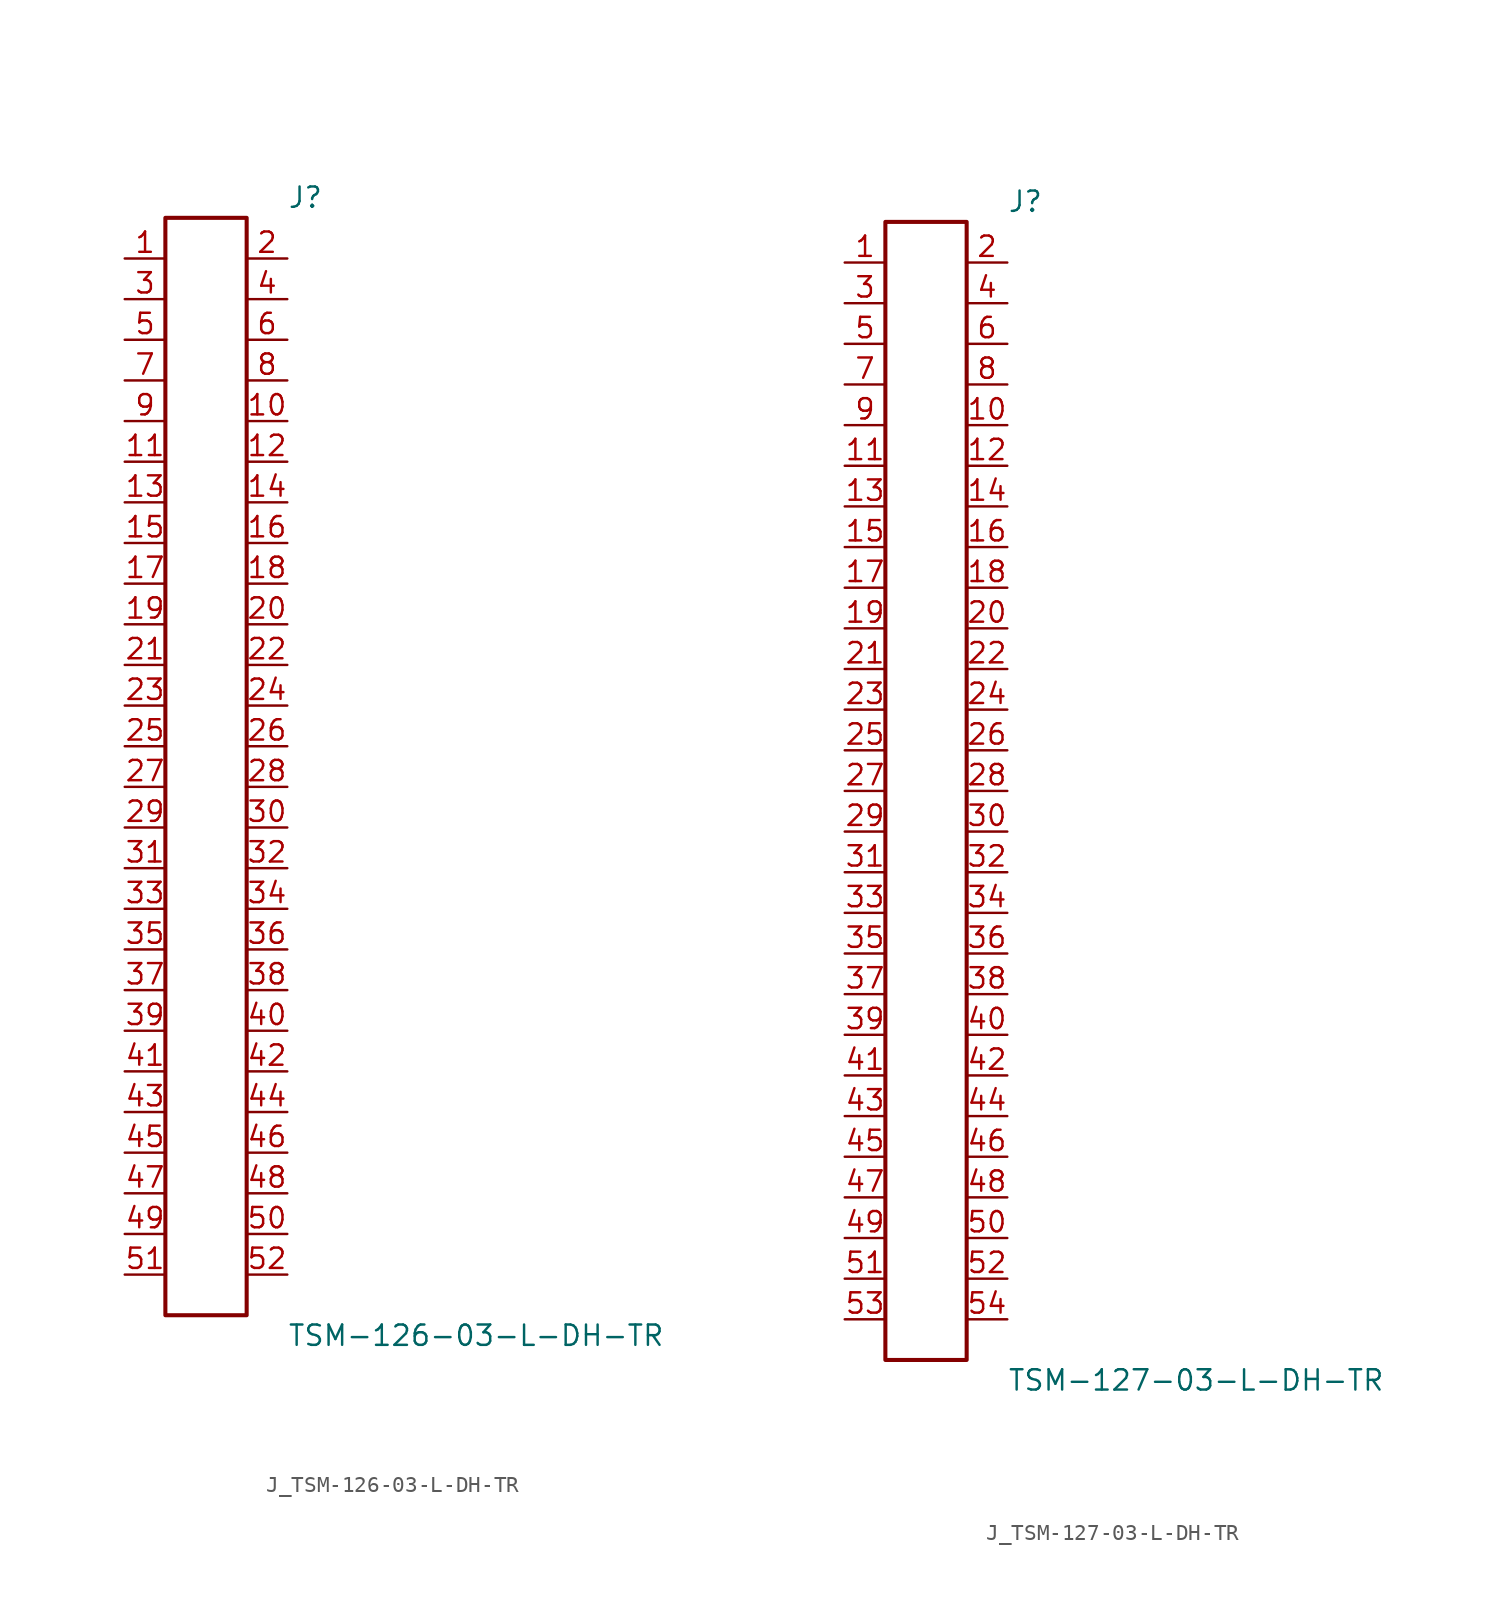
<source format=kicad_sym>
(kicad_symbol_lib
  (version 20231120)
  (generator kicad_symbol_editor)
  (generator_version 8.0)
  (symbol "J_TSM-126-03-L-DH-TR"
    (pin_names
      (offset 0.254))
    (property "Reference" "J"
      (at 5.08 35.56 0)
      (effects (font (size 1.27 1.27)) (justify left)))
    (property "Value" "TSM-126-03-L-DH-TR"
      (at 5.08 -35.56 0)
      (effects (font (size 1.27 1.27)) (justify left)))
    (symbol "J_TSM-126-03-L-DH-TR_0_0"
      (pin passive line (at -5.08 31.75 0) (length 2.54) (name "" (effects (font (size 1.27 1.27)))) (number "1" (effects (font (size 1.27 1.27)))))
      (pin passive line (at 5.08 31.75 180) (length 2.54) (name "" (effects (font (size 1.27 1.27)))) (number "2" (effects (font (size 1.27 1.27)))))
      (pin passive line (at -5.08 29.21 0) (length 2.54) (name "" (effects (font (size 1.27 1.27)))) (number "3" (effects (font (size 1.27 1.27)))))
      (pin passive line (at 5.08 29.21 180) (length 2.54) (name "" (effects (font (size 1.27 1.27)))) (number "4" (effects (font (size 1.27 1.27)))))
      (pin passive line (at -5.08 26.67 0) (length 2.54) (name "" (effects (font (size 1.27 1.27)))) (number "5" (effects (font (size 1.27 1.27)))))
      (pin passive line (at 5.08 26.67 180) (length 2.54) (name "" (effects (font (size 1.27 1.27)))) (number "6" (effects (font (size 1.27 1.27)))))
      (pin passive line (at -5.08 24.13 0) (length 2.54) (name "" (effects (font (size 1.27 1.27)))) (number "7" (effects (font (size 1.27 1.27)))))
      (pin passive line (at 5.08 24.13 180) (length 2.54) (name "" (effects (font (size 1.27 1.27)))) (number "8" (effects (font (size 1.27 1.27)))))
      (pin passive line (at -5.08 21.59 0) (length 2.54) (name "" (effects (font (size 1.27 1.27)))) (number "9" (effects (font (size 1.27 1.27)))))
      (pin passive line (at 5.08 21.59 180) (length 2.54) (name "" (effects (font (size 1.27 1.27)))) (number "10" (effects (font (size 1.27 1.27)))))
      (pin passive line (at -5.08 19.05 0) (length 2.54) (name "" (effects (font (size 1.27 1.27)))) (number "11" (effects (font (size 1.27 1.27)))))
      (pin passive line (at 5.08 19.05 180) (length 2.54) (name "" (effects (font (size 1.27 1.27)))) (number "12" (effects (font (size 1.27 1.27)))))
      (pin passive line (at -5.08 16.51 0) (length 2.54) (name "" (effects (font (size 1.27 1.27)))) (number "13" (effects (font (size 1.27 1.27)))))
      (pin passive line (at 5.08 16.51 180) (length 2.54) (name "" (effects (font (size 1.27 1.27)))) (number "14" (effects (font (size 1.27 1.27)))))
      (pin passive line (at -5.08 13.97 0) (length 2.54) (name "" (effects (font (size 1.27 1.27)))) (number "15" (effects (font (size 1.27 1.27)))))
      (pin passive line (at 5.08 13.97 180) (length 2.54) (name "" (effects (font (size 1.27 1.27)))) (number "16" (effects (font (size 1.27 1.27)))))
      (pin passive line (at -5.08 11.43 0) (length 2.54) (name "" (effects (font (size 1.27 1.27)))) (number "17" (effects (font (size 1.27 1.27)))))
      (pin passive line (at 5.08 11.43 180) (length 2.54) (name "" (effects (font (size 1.27 1.27)))) (number "18" (effects (font (size 1.27 1.27)))))
      (pin passive line (at -5.08 8.89 0) (length 2.54) (name "" (effects (font (size 1.27 1.27)))) (number "19" (effects (font (size 1.27 1.27)))))
      (pin passive line (at 5.08 8.89 180) (length 2.54) (name "" (effects (font (size 1.27 1.27)))) (number "20" (effects (font (size 1.27 1.27)))))
      (pin passive line (at -5.08 6.35 0) (length 2.54) (name "" (effects (font (size 1.27 1.27)))) (number "21" (effects (font (size 1.27 1.27)))))
      (pin passive line (at 5.08 6.35 180) (length 2.54) (name "" (effects (font (size 1.27 1.27)))) (number "22" (effects (font (size 1.27 1.27)))))
      (pin passive line (at -5.08 3.81 0) (length 2.54) (name "" (effects (font (size 1.27 1.27)))) (number "23" (effects (font (size 1.27 1.27)))))
      (pin passive line (at 5.08 3.81 180) (length 2.54) (name "" (effects (font (size 1.27 1.27)))) (number "24" (effects (font (size 1.27 1.27)))))
      (pin passive line (at -5.08 1.27 0) (length 2.54) (name "" (effects (font (size 1.27 1.27)))) (number "25" (effects (font (size 1.27 1.27)))))
      (pin passive line (at 5.08 1.27 180) (length 2.54) (name "" (effects (font (size 1.27 1.27)))) (number "26" (effects (font (size 1.27 1.27)))))
      (pin passive line (at -5.08 -1.27 0) (length 2.54) (name "" (effects (font (size 1.27 1.27)))) (number "27" (effects (font (size 1.27 1.27)))))
      (pin passive line (at 5.08 -1.27 180) (length 2.54) (name "" (effects (font (size 1.27 1.27)))) (number "28" (effects (font (size 1.27 1.27)))))
      (pin passive line (at -5.08 -3.81 0) (length 2.54) (name "" (effects (font (size 1.27 1.27)))) (number "29" (effects (font (size 1.27 1.27)))))
      (pin passive line (at 5.08 -3.81 180) (length 2.54) (name "" (effects (font (size 1.27 1.27)))) (number "30" (effects (font (size 1.27 1.27)))))
      (pin passive line (at -5.08 -6.35 0) (length 2.54) (name "" (effects (font (size 1.27 1.27)))) (number "31" (effects (font (size 1.27 1.27)))))
      (pin passive line (at 5.08 -6.35 180) (length 2.54) (name "" (effects (font (size 1.27 1.27)))) (number "32" (effects (font (size 1.27 1.27)))))
      (pin passive line (at -5.08 -8.89 0) (length 2.54) (name "" (effects (font (size 1.27 1.27)))) (number "33" (effects (font (size 1.27 1.27)))))
      (pin passive line (at 5.08 -8.89 180) (length 2.54) (name "" (effects (font (size 1.27 1.27)))) (number "34" (effects (font (size 1.27 1.27)))))
      (pin passive line (at -5.08 -11.43 0) (length 2.54) (name "" (effects (font (size 1.27 1.27)))) (number "35" (effects (font (size 1.27 1.27)))))
      (pin passive line (at 5.08 -11.43 180) (length 2.54) (name "" (effects (font (size 1.27 1.27)))) (number "36" (effects (font (size 1.27 1.27)))))
      (pin passive line (at -5.08 -13.97 0) (length 2.54) (name "" (effects (font (size 1.27 1.27)))) (number "37" (effects (font (size 1.27 1.27)))))
      (pin passive line (at 5.08 -13.97 180) (length 2.54) (name "" (effects (font (size 1.27 1.27)))) (number "38" (effects (font (size 1.27 1.27)))))
      (pin passive line (at -5.08 -16.51 0) (length 2.54) (name "" (effects (font (size 1.27 1.27)))) (number "39" (effects (font (size 1.27 1.27)))))
      (pin passive line (at 5.08 -16.51 180) (length 2.54) (name "" (effects (font (size 1.27 1.27)))) (number "40" (effects (font (size 1.27 1.27)))))
      (pin passive line (at -5.08 -19.05 0) (length 2.54) (name "" (effects (font (size 1.27 1.27)))) (number "41" (effects (font (size 1.27 1.27)))))
      (pin passive line (at 5.08 -19.05 180) (length 2.54) (name "" (effects (font (size 1.27 1.27)))) (number "42" (effects (font (size 1.27 1.27)))))
      (pin passive line (at -5.08 -21.59 0) (length 2.54) (name "" (effects (font (size 1.27 1.27)))) (number "43" (effects (font (size 1.27 1.27)))))
      (pin passive line (at 5.08 -21.59 180) (length 2.54) (name "" (effects (font (size 1.27 1.27)))) (number "44" (effects (font (size 1.27 1.27)))))
      (pin passive line (at -5.08 -24.13 0) (length 2.54) (name "" (effects (font (size 1.27 1.27)))) (number "45" (effects (font (size 1.27 1.27)))))
      (pin passive line (at 5.08 -24.13 180) (length 2.54) (name "" (effects (font (size 1.27 1.27)))) (number "46" (effects (font (size 1.27 1.27)))))
      (pin passive line (at -5.08 -26.67 0) (length 2.54) (name "" (effects (font (size 1.27 1.27)))) (number "47" (effects (font (size 1.27 1.27)))))
      (pin passive line (at 5.08 -26.67 180) (length 2.54) (name "" (effects (font (size 1.27 1.27)))) (number "48" (effects (font (size 1.27 1.27)))))
      (pin passive line (at -5.08 -29.21 0) (length 2.54) (name "" (effects (font (size 1.27 1.27)))) (number "49" (effects (font (size 1.27 1.27)))))
      (pin passive line (at 5.08 -29.21 180) (length 2.54) (name "" (effects (font (size 1.27 1.27)))) (number "50" (effects (font (size 1.27 1.27)))))
      (pin passive line (at -5.08 -31.75 0) (length 2.54) (name "" (effects (font (size 1.27 1.27)))) (number "51" (effects (font (size 1.27 1.27)))))
      (pin passive line (at 5.08 -31.75 180) (length 2.54) (name "" (effects (font (size 1.27 1.27)))) (number "52" (effects (font (size 1.27 1.27))))))
    (symbol "J_TSM-126-03-L-DH-TR_1_0"
      (rectangle (start -2.54 34.29) (end 2.54 -34.29) (stroke (width 0.254) (type solid)) (fill (type none)))))
  (symbol "J_TSM-127-03-L-DH-TR"
    (pin_names
      (offset 0.254))
    (property "Reference" "J"
      (at 5.08 36.83 0)
      (effects (font (size 1.27 1.27)) (justify left)))
    (property "Value" "TSM-127-03-L-DH-TR"
      (at 5.08 -36.83 0)
      (effects (font (size 1.27 1.27)) (justify left)))
    (symbol "J_TSM-127-03-L-DH-TR_0_0"
      (pin passive line (at -5.08 33.02 0) (length 2.54) (name "" (effects (font (size 1.27 1.27)))) (number "1" (effects (font (size 1.27 1.27)))))
      (pin passive line (at 5.08 33.02 180) (length 2.54) (name "" (effects (font (size 1.27 1.27)))) (number "2" (effects (font (size 1.27 1.27)))))
      (pin passive line (at -5.08 30.48 0) (length 2.54) (name "" (effects (font (size 1.27 1.27)))) (number "3" (effects (font (size 1.27 1.27)))))
      (pin passive line (at 5.08 30.48 180) (length 2.54) (name "" (effects (font (size 1.27 1.27)))) (number "4" (effects (font (size 1.27 1.27)))))
      (pin passive line (at -5.08 27.94 0) (length 2.54) (name "" (effects (font (size 1.27 1.27)))) (number "5" (effects (font (size 1.27 1.27)))))
      (pin passive line (at 5.08 27.94 180) (length 2.54) (name "" (effects (font (size 1.27 1.27)))) (number "6" (effects (font (size 1.27 1.27)))))
      (pin passive line (at -5.08 25.4 0) (length 2.54) (name "" (effects (font (size 1.27 1.27)))) (number "7" (effects (font (size 1.27 1.27)))))
      (pin passive line (at 5.08 25.4 180) (length 2.54) (name "" (effects (font (size 1.27 1.27)))) (number "8" (effects (font (size 1.27 1.27)))))
      (pin passive line (at -5.08 22.86 0) (length 2.54) (name "" (effects (font (size 1.27 1.27)))) (number "9" (effects (font (size 1.27 1.27)))))
      (pin passive line (at 5.08 22.86 180) (length 2.54) (name "" (effects (font (size 1.27 1.27)))) (number "10" (effects (font (size 1.27 1.27)))))
      (pin passive line (at -5.08 20.32 0) (length 2.54) (name "" (effects (font (size 1.27 1.27)))) (number "11" (effects (font (size 1.27 1.27)))))
      (pin passive line (at 5.08 20.32 180) (length 2.54) (name "" (effects (font (size 1.27 1.27)))) (number "12" (effects (font (size 1.27 1.27)))))
      (pin passive line (at -5.08 17.78 0) (length 2.54) (name "" (effects (font (size 1.27 1.27)))) (number "13" (effects (font (size 1.27 1.27)))))
      (pin passive line (at 5.08 17.78 180) (length 2.54) (name "" (effects (font (size 1.27 1.27)))) (number "14" (effects (font (size 1.27 1.27)))))
      (pin passive line (at -5.08 15.24 0) (length 2.54) (name "" (effects (font (size 1.27 1.27)))) (number "15" (effects (font (size 1.27 1.27)))))
      (pin passive line (at 5.08 15.24 180) (length 2.54) (name "" (effects (font (size 1.27 1.27)))) (number "16" (effects (font (size 1.27 1.27)))))
      (pin passive line (at -5.08 12.7 0) (length 2.54) (name "" (effects (font (size 1.27 1.27)))) (number "17" (effects (font (size 1.27 1.27)))))
      (pin passive line (at 5.08 12.7 180) (length 2.54) (name "" (effects (font (size 1.27 1.27)))) (number "18" (effects (font (size 1.27 1.27)))))
      (pin passive line (at -5.08 10.16 0) (length 2.54) (name "" (effects (font (size 1.27 1.27)))) (number "19" (effects (font (size 1.27 1.27)))))
      (pin passive line (at 5.08 10.16 180) (length 2.54) (name "" (effects (font (size 1.27 1.27)))) (number "20" (effects (font (size 1.27 1.27)))))
      (pin passive line (at -5.08 7.62 0) (length 2.54) (name "" (effects (font (size 1.27 1.27)))) (number "21" (effects (font (size 1.27 1.27)))))
      (pin passive line (at 5.08 7.62 180) (length 2.54) (name "" (effects (font (size 1.27 1.27)))) (number "22" (effects (font (size 1.27 1.27)))))
      (pin passive line (at -5.08 5.08 0) (length 2.54) (name "" (effects (font (size 1.27 1.27)))) (number "23" (effects (font (size 1.27 1.27)))))
      (pin passive line (at 5.08 5.08 180) (length 2.54) (name "" (effects (font (size 1.27 1.27)))) (number "24" (effects (font (size 1.27 1.27)))))
      (pin passive line (at -5.08 2.54 0) (length 2.54) (name "" (effects (font (size 1.27 1.27)))) (number "25" (effects (font (size 1.27 1.27)))))
      (pin passive line (at 5.08 2.54 180) (length 2.54) (name "" (effects (font (size 1.27 1.27)))) (number "26" (effects (font (size 1.27 1.27)))))
      (pin passive line (at -5.08 0.0 0) (length 2.54) (name "" (effects (font (size 1.27 1.27)))) (number "27" (effects (font (size 1.27 1.27)))))
      (pin passive line (at 5.08 0.0 180) (length 2.54) (name "" (effects (font (size 1.27 1.27)))) (number "28" (effects (font (size 1.27 1.27)))))
      (pin passive line (at -5.08 -2.54 0) (length 2.54) (name "" (effects (font (size 1.27 1.27)))) (number "29" (effects (font (size 1.27 1.27)))))
      (pin passive line (at 5.08 -2.54 180) (length 2.54) (name "" (effects (font (size 1.27 1.27)))) (number "30" (effects (font (size 1.27 1.27)))))
      (pin passive line (at -5.08 -5.08 0) (length 2.54) (name "" (effects (font (size 1.27 1.27)))) (number "31" (effects (font (size 1.27 1.27)))))
      (pin passive line (at 5.08 -5.08 180) (length 2.54) (name "" (effects (font (size 1.27 1.27)))) (number "32" (effects (font (size 1.27 1.27)))))
      (pin passive line (at -5.08 -7.62 0) (length 2.54) (name "" (effects (font (size 1.27 1.27)))) (number "33" (effects (font (size 1.27 1.27)))))
      (pin passive line (at 5.08 -7.62 180) (length 2.54) (name "" (effects (font (size 1.27 1.27)))) (number "34" (effects (font (size 1.27 1.27)))))
      (pin passive line (at -5.08 -10.16 0) (length 2.54) (name "" (effects (font (size 1.27 1.27)))) (number "35" (effects (font (size 1.27 1.27)))))
      (pin passive line (at 5.08 -10.16 180) (length 2.54) (name "" (effects (font (size 1.27 1.27)))) (number "36" (effects (font (size 1.27 1.27)))))
      (pin passive line (at -5.08 -12.7 0) (length 2.54) (name "" (effects (font (size 1.27 1.27)))) (number "37" (effects (font (size 1.27 1.27)))))
      (pin passive line (at 5.08 -12.7 180) (length 2.54) (name "" (effects (font (size 1.27 1.27)))) (number "38" (effects (font (size 1.27 1.27)))))
      (pin passive line (at -5.08 -15.24 0) (length 2.54) (name "" (effects (font (size 1.27 1.27)))) (number "39" (effects (font (size 1.27 1.27)))))
      (pin passive line (at 5.08 -15.24 180) (length 2.54) (name "" (effects (font (size 1.27 1.27)))) (number "40" (effects (font (size 1.27 1.27)))))
      (pin passive line (at -5.08 -17.78 0) (length 2.54) (name "" (effects (font (size 1.27 1.27)))) (number "41" (effects (font (size 1.27 1.27)))))
      (pin passive line (at 5.08 -17.78 180) (length 2.54) (name "" (effects (font (size 1.27 1.27)))) (number "42" (effects (font (size 1.27 1.27)))))
      (pin passive line (at -5.08 -20.32 0) (length 2.54) (name "" (effects (font (size 1.27 1.27)))) (number "43" (effects (font (size 1.27 1.27)))))
      (pin passive line (at 5.08 -20.32 180) (length 2.54) (name "" (effects (font (size 1.27 1.27)))) (number "44" (effects (font (size 1.27 1.27)))))
      (pin passive line (at -5.08 -22.86 0) (length 2.54) (name "" (effects (font (size 1.27 1.27)))) (number "45" (effects (font (size 1.27 1.27)))))
      (pin passive line (at 5.08 -22.86 180) (length 2.54) (name "" (effects (font (size 1.27 1.27)))) (number "46" (effects (font (size 1.27 1.27)))))
      (pin passive line (at -5.08 -25.4 0) (length 2.54) (name "" (effects (font (size 1.27 1.27)))) (number "47" (effects (font (size 1.27 1.27)))))
      (pin passive line (at 5.08 -25.4 180) (length 2.54) (name "" (effects (font (size 1.27 1.27)))) (number "48" (effects (font (size 1.27 1.27)))))
      (pin passive line (at -5.08 -27.94 0) (length 2.54) (name "" (effects (font (size 1.27 1.27)))) (number "49" (effects (font (size 1.27 1.27)))))
      (pin passive line (at 5.08 -27.94 180) (length 2.54) (name "" (effects (font (size 1.27 1.27)))) (number "50" (effects (font (size 1.27 1.27)))))
      (pin passive line (at -5.08 -30.48 0) (length 2.54) (name "" (effects (font (size 1.27 1.27)))) (number "51" (effects (font (size 1.27 1.27)))))
      (pin passive line (at 5.08 -30.48 180) (length 2.54) (name "" (effects (font (size 1.27 1.27)))) (number "52" (effects (font (size 1.27 1.27)))))
      (pin passive line (at -5.08 -33.02 0) (length 2.54) (name "" (effects (font (size 1.27 1.27)))) (number "53" (effects (font (size 1.27 1.27)))))
      (pin passive line (at 5.08 -33.02 180) (length 2.54) (name "" (effects (font (size 1.27 1.27)))) (number "54" (effects (font (size 1.27 1.27))))))
    (symbol "J_TSM-127-03-L-DH-TR_1_0"
      (rectangle (start -2.54 35.56) (end 2.54 -35.56) (stroke (width 0.254) (type solid)) (fill (type none))))))
</source>
